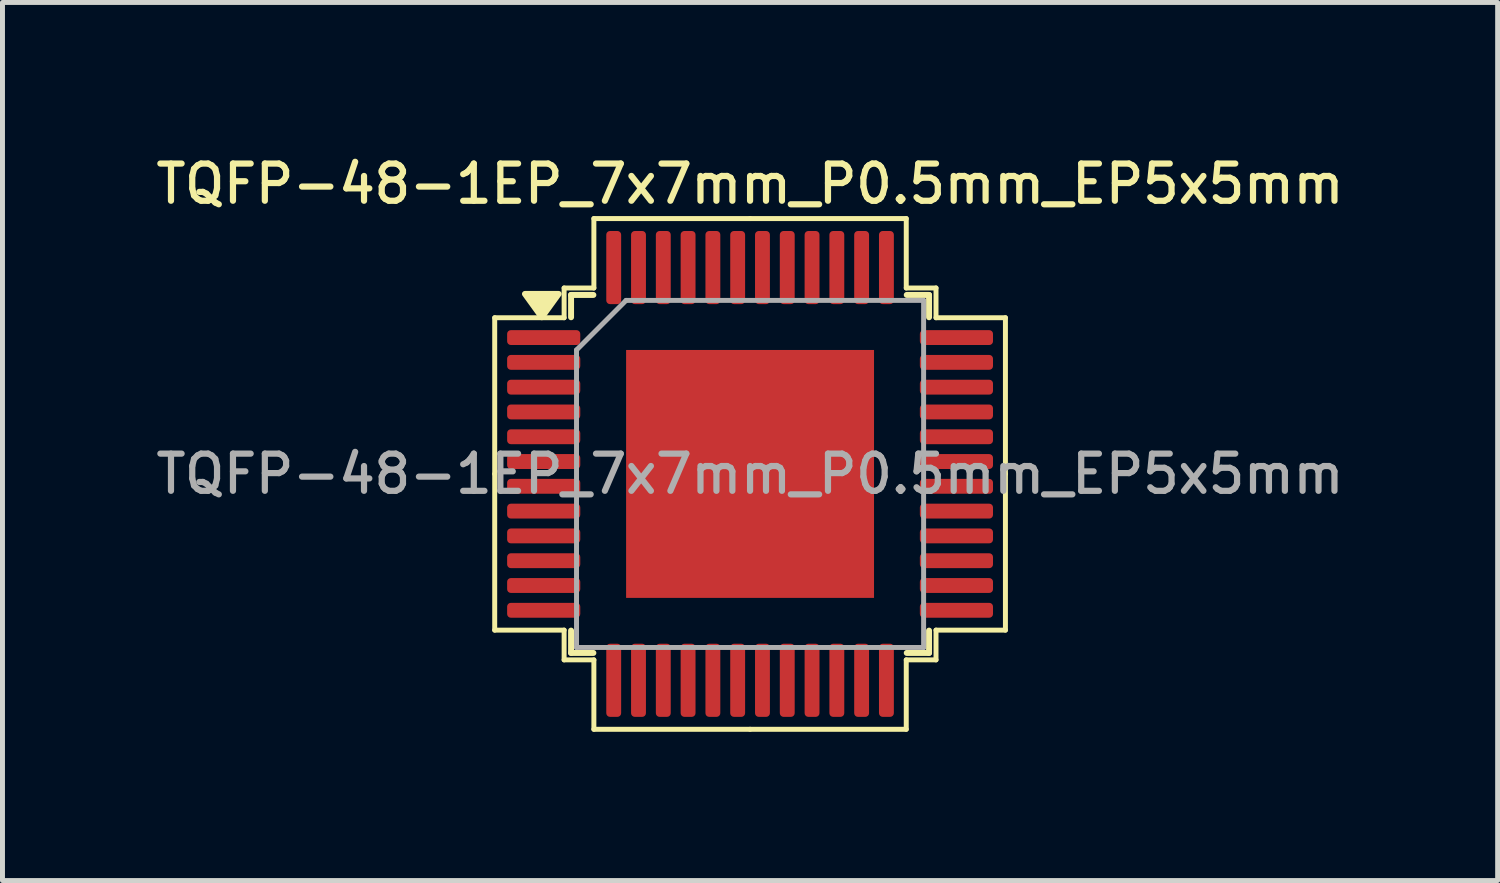
<source format=kicad_pcb>
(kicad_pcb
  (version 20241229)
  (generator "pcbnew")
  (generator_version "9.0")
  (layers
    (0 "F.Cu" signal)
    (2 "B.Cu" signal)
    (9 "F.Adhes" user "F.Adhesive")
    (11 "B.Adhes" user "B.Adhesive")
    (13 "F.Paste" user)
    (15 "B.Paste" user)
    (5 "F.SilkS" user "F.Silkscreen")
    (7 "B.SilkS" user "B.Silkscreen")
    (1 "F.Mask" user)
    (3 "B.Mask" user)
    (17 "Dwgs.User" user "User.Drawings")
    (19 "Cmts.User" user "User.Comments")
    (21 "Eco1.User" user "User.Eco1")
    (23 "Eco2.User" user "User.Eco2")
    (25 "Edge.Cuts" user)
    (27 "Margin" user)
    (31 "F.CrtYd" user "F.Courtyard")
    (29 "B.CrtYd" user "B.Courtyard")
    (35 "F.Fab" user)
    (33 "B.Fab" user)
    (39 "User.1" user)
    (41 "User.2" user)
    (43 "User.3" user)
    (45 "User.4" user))
  (footprint "TQFP-48-1EP_7x7mm_P0.5mm_EP5x5mm"
    (layer "F.Cu")
    (at 12.077 6.508)
    (property "Reference" "TQFP-48-1EP_7x7mm_P0.5mm_EP5x5mm" (at 0 -5.85 0) (layer "F.SilkS") (effects (font (size 0.75 0.75) (thickness 0.125))))
    (attr smd)
    (fp_line (start -5.15 -3.15) (end -5.15 0) (stroke (width 0.1) (type solid)) (layer "F.SilkS"))
    (fp_line (start -5.15 3.15) (end -5.15 0) (stroke (width 0.1) (type solid)) (layer "F.SilkS"))
    (fp_line (start -3.75 -3.75) (end -3.75 -3.15) (stroke (width 0.1) (type solid)) (layer "F.SilkS"))
    (fp_line (start -3.75 -3.15) (end -5.15 -3.15) (stroke (width 0.1) (type solid)) (layer "F.SilkS"))
    (fp_line (start -3.75 3.15) (end -5.15 3.15) (stroke (width 0.1) (type solid)) (layer "F.SilkS"))
    (fp_line (start -3.75 3.75) (end -3.75 3.15) (stroke (width 0.1) (type solid)) (layer "F.SilkS"))
    (fp_line (start -3.61 -3.61) (end -3.61 -3.16) (stroke (width 0.12) (type solid)) (layer "F.SilkS"))
    (fp_line (start -3.61 3.61) (end -3.61 3.16) (stroke (width 0.12) (type solid)) (layer "F.SilkS"))
    (fp_line (start -3.16 -3.61) (end -3.61 -3.61) (stroke (width 0.12) (type solid)) (layer "F.SilkS"))
    (fp_line (start -3.16 3.61) (end -3.61 3.61) (stroke (width 0.12) (type solid)) (layer "F.SilkS"))
    (fp_line (start -3.15 -5.15) (end -3.15 -3.75) (stroke (width 0.1) (type solid)) (layer "F.SilkS"))
    (fp_line (start -3.15 -3.75) (end -3.75 -3.75) (stroke (width 0.1) (type solid)) (layer "F.SilkS"))
    (fp_line (start -3.15 3.75) (end -3.75 3.75) (stroke (width 0.1) (type solid)) (layer "F.SilkS"))
    (fp_line (start -3.15 5.15) (end -3.15 3.75) (stroke (width 0.1) (type solid)) (layer "F.SilkS"))
    (fp_line (start 0 -5.15) (end -3.15 -5.15) (stroke (width 0.1) (type solid)) (layer "F.SilkS"))
    (fp_line (start 0 -5.15) (end 3.15 -5.15) (stroke (width 0.1) (type solid)) (layer "F.SilkS"))
    (fp_line (start 0 5.15) (end -3.15 5.15) (stroke (width 0.1) (type solid)) (layer "F.SilkS"))
    (fp_line (start 0 5.15) (end 3.15 5.15) (stroke (width 0.1) (type solid)) (layer "F.SilkS"))
    (fp_line (start 3.15 -5.15) (end 3.15 -3.75) (stroke (width 0.1) (type solid)) (layer "F.SilkS"))
    (fp_line (start 3.15 -3.75) (end 3.75 -3.75) (stroke (width 0.1) (type solid)) (layer "F.SilkS"))
    (fp_line (start 3.15 3.75) (end 3.75 3.75) (stroke (width 0.1) (type solid)) (layer "F.SilkS"))
    (fp_line (start 3.15 5.15) (end 3.15 3.75) (stroke (width 0.1) (type solid)) (layer "F.SilkS"))
    (fp_line (start 3.16 -3.61) (end 3.61 -3.61) (stroke (width 0.12) (type solid)) (layer "F.SilkS"))
    (fp_line (start 3.16 3.61) (end 3.61 3.61) (stroke (width 0.12) (type solid)) (layer "F.SilkS"))
    (fp_line (start 3.61 -3.61) (end 3.61 -3.16) (stroke (width 0.12) (type solid)) (layer "F.SilkS"))
    (fp_line (start 3.61 3.61) (end 3.61 3.16) (stroke (width 0.12) (type solid)) (layer "F.SilkS"))
    (fp_line (start 3.75 -3.75) (end 3.75 -3.15) (stroke (width 0.1) (type solid)) (layer "F.SilkS"))
    (fp_line (start 3.75 -3.15) (end 5.15 -3.15) (stroke (width 0.1) (type solid)) (layer "F.SilkS"))
    (fp_line (start 3.75 3.15) (end 5.15 3.15) (stroke (width 0.1) (type solid)) (layer "F.SilkS"))
    (fp_line (start 3.75 3.75) (end 3.75 3.15) (stroke (width 0.1) (type solid)) (layer "F.SilkS"))
    (fp_line (start 5.15 -3.15) (end 5.15 0) (stroke (width 0.1) (type solid)) (layer "F.SilkS"))
    (fp_line (start 5.15 3.15) (end 5.15 0) (stroke (width 0.1) (type solid)) (layer "F.SilkS"))
    (fp_poly (pts (xy -4.2 -3.16) (xy -4.54 -3.63) (xy -3.86 -3.63) (xy -4.2 -3.16)) (stroke (width 0.12) (type solid)) (fill yes) (layer "F.SilkS"))
    (fp_line (start -3.5 -2.5) (end -2.5 -3.5) (stroke (width 0.1) (type solid)) (layer "F.Fab"))
    (fp_line (start -3.5 3.5) (end -3.5 -2.5) (stroke (width 0.1) (type solid)) (layer "F.Fab"))
    (fp_line (start -2.5 -3.5) (end 3.5 -3.5) (stroke (width 0.1) (type solid)) (layer "F.Fab"))
    (fp_line (start 3.5 -3.5) (end 3.5 3.5) (stroke (width 0.1) (type solid)) (layer "F.Fab"))
    (fp_line (start 3.5 3.5) (end -3.5 3.5) (stroke (width 0.1) (type solid)) (layer "F.Fab"))
    (fp_text user "${REFERENCE}" (at 0 0 0) (layer "F.Fab") (effects (font (size 0.75 0.75) (thickness 0.125))))
    (pad "" smd roundrect (at -1.875 -1.875) (size 1.01 1.01) (layers "F.Paste") (roundrect_rratio 0.248))
    (pad "" smd roundrect (at -1.875 -0.625) (size 1.01 1.01) (layers "F.Paste") (roundrect_rratio 0.248))
    (pad "" smd roundrect (at -1.875 0.625) (size 1.01 1.01) (layers "F.Paste") (roundrect_rratio 0.248))
    (pad "" smd roundrect (at -1.875 1.875) (size 1.01 1.01) (layers "F.Paste") (roundrect_rratio 0.248))
    (pad "" smd roundrect (at -0.625 -1.875) (size 1.01 1.01) (layers "F.Paste") (roundrect_rratio 0.248))
    (pad "" smd roundrect (at -0.625 -0.625) (size 1.01 1.01) (layers "F.Paste") (roundrect_rratio 0.248))
    (pad "" smd roundrect (at -0.625 0.625) (size 1.01 1.01) (layers "F.Paste") (roundrect_rratio 0.248))
    (pad "" smd roundrect (at -0.625 1.875) (size 1.01 1.01) (layers "F.Paste") (roundrect_rratio 0.248))
    (pad "" smd roundrect (at 0.625 -1.875) (size 1.01 1.01) (layers "F.Paste") (roundrect_rratio 0.248))
    (pad "" smd roundrect (at 0.625 -0.625) (size 1.01 1.01) (layers "F.Paste") (roundrect_rratio 0.248))
    (pad "" smd roundrect (at 0.625 0.625) (size 1.01 1.01) (layers "F.Paste") (roundrect_rratio 0.248))
    (pad "" smd roundrect (at 0.625 1.875) (size 1.01 1.01) (layers "F.Paste") (roundrect_rratio 0.248))
    (pad "" smd roundrect (at 1.875 -1.875) (size 1.01 1.01) (layers "F.Paste") (roundrect_rratio 0.248))
    (pad "" smd roundrect (at 1.875 -0.625) (size 1.01 1.01) (layers "F.Paste") (roundrect_rratio 0.248))
    (pad "" smd roundrect (at 1.875 0.625) (size 1.01 1.01) (layers "F.Paste") (roundrect_rratio 0.248))
    (pad "" smd roundrect (at 1.875 1.875) (size 1.01 1.01) (layers "F.Paste") (roundrect_rratio 0.248))
    (pad "1" smd roundrect (at -4.162 -2.75) (size 1.475 0.3) (layers "F.Cu" "F.Mask" "F.Paste") (roundrect_rratio 0.25))
    (pad "2" smd roundrect (at -4.162 -2.25) (size 1.475 0.3) (layers "F.Cu" "F.Mask" "F.Paste") (roundrect_rratio 0.25))
    (pad "3" smd roundrect (at -4.162 -1.75) (size 1.475 0.3) (layers "F.Cu" "F.Mask" "F.Paste") (roundrect_rratio 0.25))
    (pad "4" smd roundrect (at -4.162 -1.25) (size 1.475 0.3) (layers "F.Cu" "F.Mask" "F.Paste") (roundrect_rratio 0.25))
    (pad "5" smd roundrect (at -4.162 -0.75) (size 1.475 0.3) (layers "F.Cu" "F.Mask" "F.Paste") (roundrect_rratio 0.25))
    (pad "6" smd roundrect (at -4.162 -0.25) (size 1.475 0.3) (layers "F.Cu" "F.Mask" "F.Paste") (roundrect_rratio 0.25))
    (pad "7" smd roundrect (at -4.162 0.25) (size 1.475 0.3) (layers "F.Cu" "F.Mask" "F.Paste") (roundrect_rratio 0.25))
    (pad "8" smd roundrect (at -4.162 0.75) (size 1.475 0.3) (layers "F.Cu" "F.Mask" "F.Paste") (roundrect_rratio 0.25))
    (pad "9" smd roundrect (at -4.162 1.25) (size 1.475 0.3) (layers "F.Cu" "F.Mask" "F.Paste") (roundrect_rratio 0.25))
    (pad "10" smd roundrect (at -4.162 1.75) (size 1.475 0.3) (layers "F.Cu" "F.Mask" "F.Paste") (roundrect_rratio 0.25))
    (pad "11" smd roundrect (at -4.162 2.25) (size 1.475 0.3) (layers "F.Cu" "F.Mask" "F.Paste") (roundrect_rratio 0.25))
    (pad "12" smd roundrect (at -4.162 2.75) (size 1.475 0.3) (layers "F.Cu" "F.Mask" "F.Paste") (roundrect_rratio 0.25))
    (pad "13" smd roundrect (at -2.75 4.162) (size 0.3 1.475) (layers "F.Cu" "F.Mask" "F.Paste") (roundrect_rratio 0.25))
    (pad "14" smd roundrect (at -2.25 4.162) (size 0.3 1.475) (layers "F.Cu" "F.Mask" "F.Paste") (roundrect_rratio 0.25))
    (pad "15" smd roundrect (at -1.75 4.162) (size 0.3 1.475) (layers "F.Cu" "F.Mask" "F.Paste") (roundrect_rratio 0.25))
    (pad "16" smd roundrect (at -1.25 4.162) (size 0.3 1.475) (layers "F.Cu" "F.Mask" "F.Paste") (roundrect_rratio 0.25))
    (pad "17" smd roundrect (at -0.75 4.162) (size 0.3 1.475) (layers "F.Cu" "F.Mask" "F.Paste") (roundrect_rratio 0.25))
    (pad "18" smd roundrect (at -0.25 4.162) (size 0.3 1.475) (layers "F.Cu" "F.Mask" "F.Paste") (roundrect_rratio 0.25))
    (pad "19" smd roundrect (at 0.25 4.162) (size 0.3 1.475) (layers "F.Cu" "F.Mask" "F.Paste") (roundrect_rratio 0.25))
    (pad "20" smd roundrect (at 0.75 4.162) (size 0.3 1.475) (layers "F.Cu" "F.Mask" "F.Paste") (roundrect_rratio 0.25))
    (pad "21" smd roundrect (at 1.25 4.162) (size 0.3 1.475) (layers "F.Cu" "F.Mask" "F.Paste") (roundrect_rratio 0.25))
    (pad "22" smd roundrect (at 1.75 4.162) (size 0.3 1.475) (layers "F.Cu" "F.Mask" "F.Paste") (roundrect_rratio 0.25))
    (pad "23" smd roundrect (at 2.25 4.162) (size 0.3 1.475) (layers "F.Cu" "F.Mask" "F.Paste") (roundrect_rratio 0.25))
    (pad "24" smd roundrect (at 2.75 4.162) (size 0.3 1.475) (layers "F.Cu" "F.Mask" "F.Paste") (roundrect_rratio 0.25))
    (pad "25" smd roundrect (at 4.162 2.75) (size 1.475 0.3) (layers "F.Cu" "F.Mask" "F.Paste") (roundrect_rratio 0.25))
    (pad "26" smd roundrect (at 4.162 2.25) (size 1.475 0.3) (layers "F.Cu" "F.Mask" "F.Paste") (roundrect_rratio 0.25))
    (pad "27" smd roundrect (at 4.162 1.75) (size 1.475 0.3) (layers "F.Cu" "F.Mask" "F.Paste") (roundrect_rratio 0.25))
    (pad "28" smd roundrect (at 4.162 1.25) (size 1.475 0.3) (layers "F.Cu" "F.Mask" "F.Paste") (roundrect_rratio 0.25))
    (pad "29" smd roundrect (at 4.162 0.75) (size 1.475 0.3) (layers "F.Cu" "F.Mask" "F.Paste") (roundrect_rratio 0.25))
    (pad "30" smd roundrect (at 4.162 0.25) (size 1.475 0.3) (layers "F.Cu" "F.Mask" "F.Paste") (roundrect_rratio 0.25))
    (pad "31" smd roundrect (at 4.162 -0.25) (size 1.475 0.3) (layers "F.Cu" "F.Mask" "F.Paste") (roundrect_rratio 0.25))
    (pad "32" smd roundrect (at 4.162 -0.75) (size 1.475 0.3) (layers "F.Cu" "F.Mask" "F.Paste") (roundrect_rratio 0.25))
    (pad "33" smd roundrect (at 4.162 -1.25) (size 1.475 0.3) (layers "F.Cu" "F.Mask" "F.Paste") (roundrect_rratio 0.25))
    (pad "34" smd roundrect (at 4.162 -1.75) (size 1.475 0.3) (layers "F.Cu" "F.Mask" "F.Paste") (roundrect_rratio 0.25))
    (pad "35" smd roundrect (at 4.162 -2.25) (size 1.475 0.3) (layers "F.Cu" "F.Mask" "F.Paste") (roundrect_rratio 0.25))
    (pad "36" smd roundrect (at 4.162 -2.75) (size 1.475 0.3) (layers "F.Cu" "F.Mask" "F.Paste") (roundrect_rratio 0.25))
    (pad "37" smd roundrect (at 2.75 -4.162) (size 0.3 1.475) (layers "F.Cu" "F.Mask" "F.Paste") (roundrect_rratio 0.25))
    (pad "38" smd roundrect (at 2.25 -4.162) (size 0.3 1.475) (layers "F.Cu" "F.Mask" "F.Paste") (roundrect_rratio 0.25))
    (pad "39" smd roundrect (at 1.75 -4.162) (size 0.3 1.475) (layers "F.Cu" "F.Mask" "F.Paste") (roundrect_rratio 0.25))
    (pad "40" smd roundrect (at 1.25 -4.162) (size 0.3 1.475) (layers "F.Cu" "F.Mask" "F.Paste") (roundrect_rratio 0.25))
    (pad "41" smd roundrect (at 0.75 -4.162) (size 0.3 1.475) (layers "F.Cu" "F.Mask" "F.Paste") (roundrect_rratio 0.25))
    (pad "42" smd roundrect (at 0.25 -4.162) (size 0.3 1.475) (layers "F.Cu" "F.Mask" "F.Paste") (roundrect_rratio 0.25))
    (pad "43" smd roundrect (at -0.25 -4.162) (size 0.3 1.475) (layers "F.Cu" "F.Mask" "F.Paste") (roundrect_rratio 0.25))
    (pad "44" smd roundrect (at -0.75 -4.162) (size 0.3 1.475) (layers "F.Cu" "F.Mask" "F.Paste") (roundrect_rratio 0.25))
    (pad "45" smd roundrect (at -1.25 -4.162) (size 0.3 1.475) (layers "F.Cu" "F.Mask" "F.Paste") (roundrect_rratio 0.25))
    (pad "46" smd roundrect (at -1.75 -4.162) (size 0.3 1.475) (layers "F.Cu" "F.Mask" "F.Paste") (roundrect_rratio 0.25))
    (pad "47" smd roundrect (at -2.25 -4.162) (size 0.3 1.475) (layers "F.Cu" "F.Mask" "F.Paste") (roundrect_rratio 0.25))
    (pad "48" smd roundrect (at -2.75 -4.162) (size 0.3 1.475) (layers "F.Cu" "F.Mask" "F.Paste") (roundrect_rratio 0.25))
    (pad "49" smd rect (at 0 0) (size 5 5) (property pad_prop_heatsink) (layers "F.Cu" "F.Mask")))
  (gr_rect
    (start -3 -3)
    (end 27.154 14.708)
    (stroke (width 0.1) (type default))
    (fill no)
    (layer "Edge.Cuts")))
</source>
